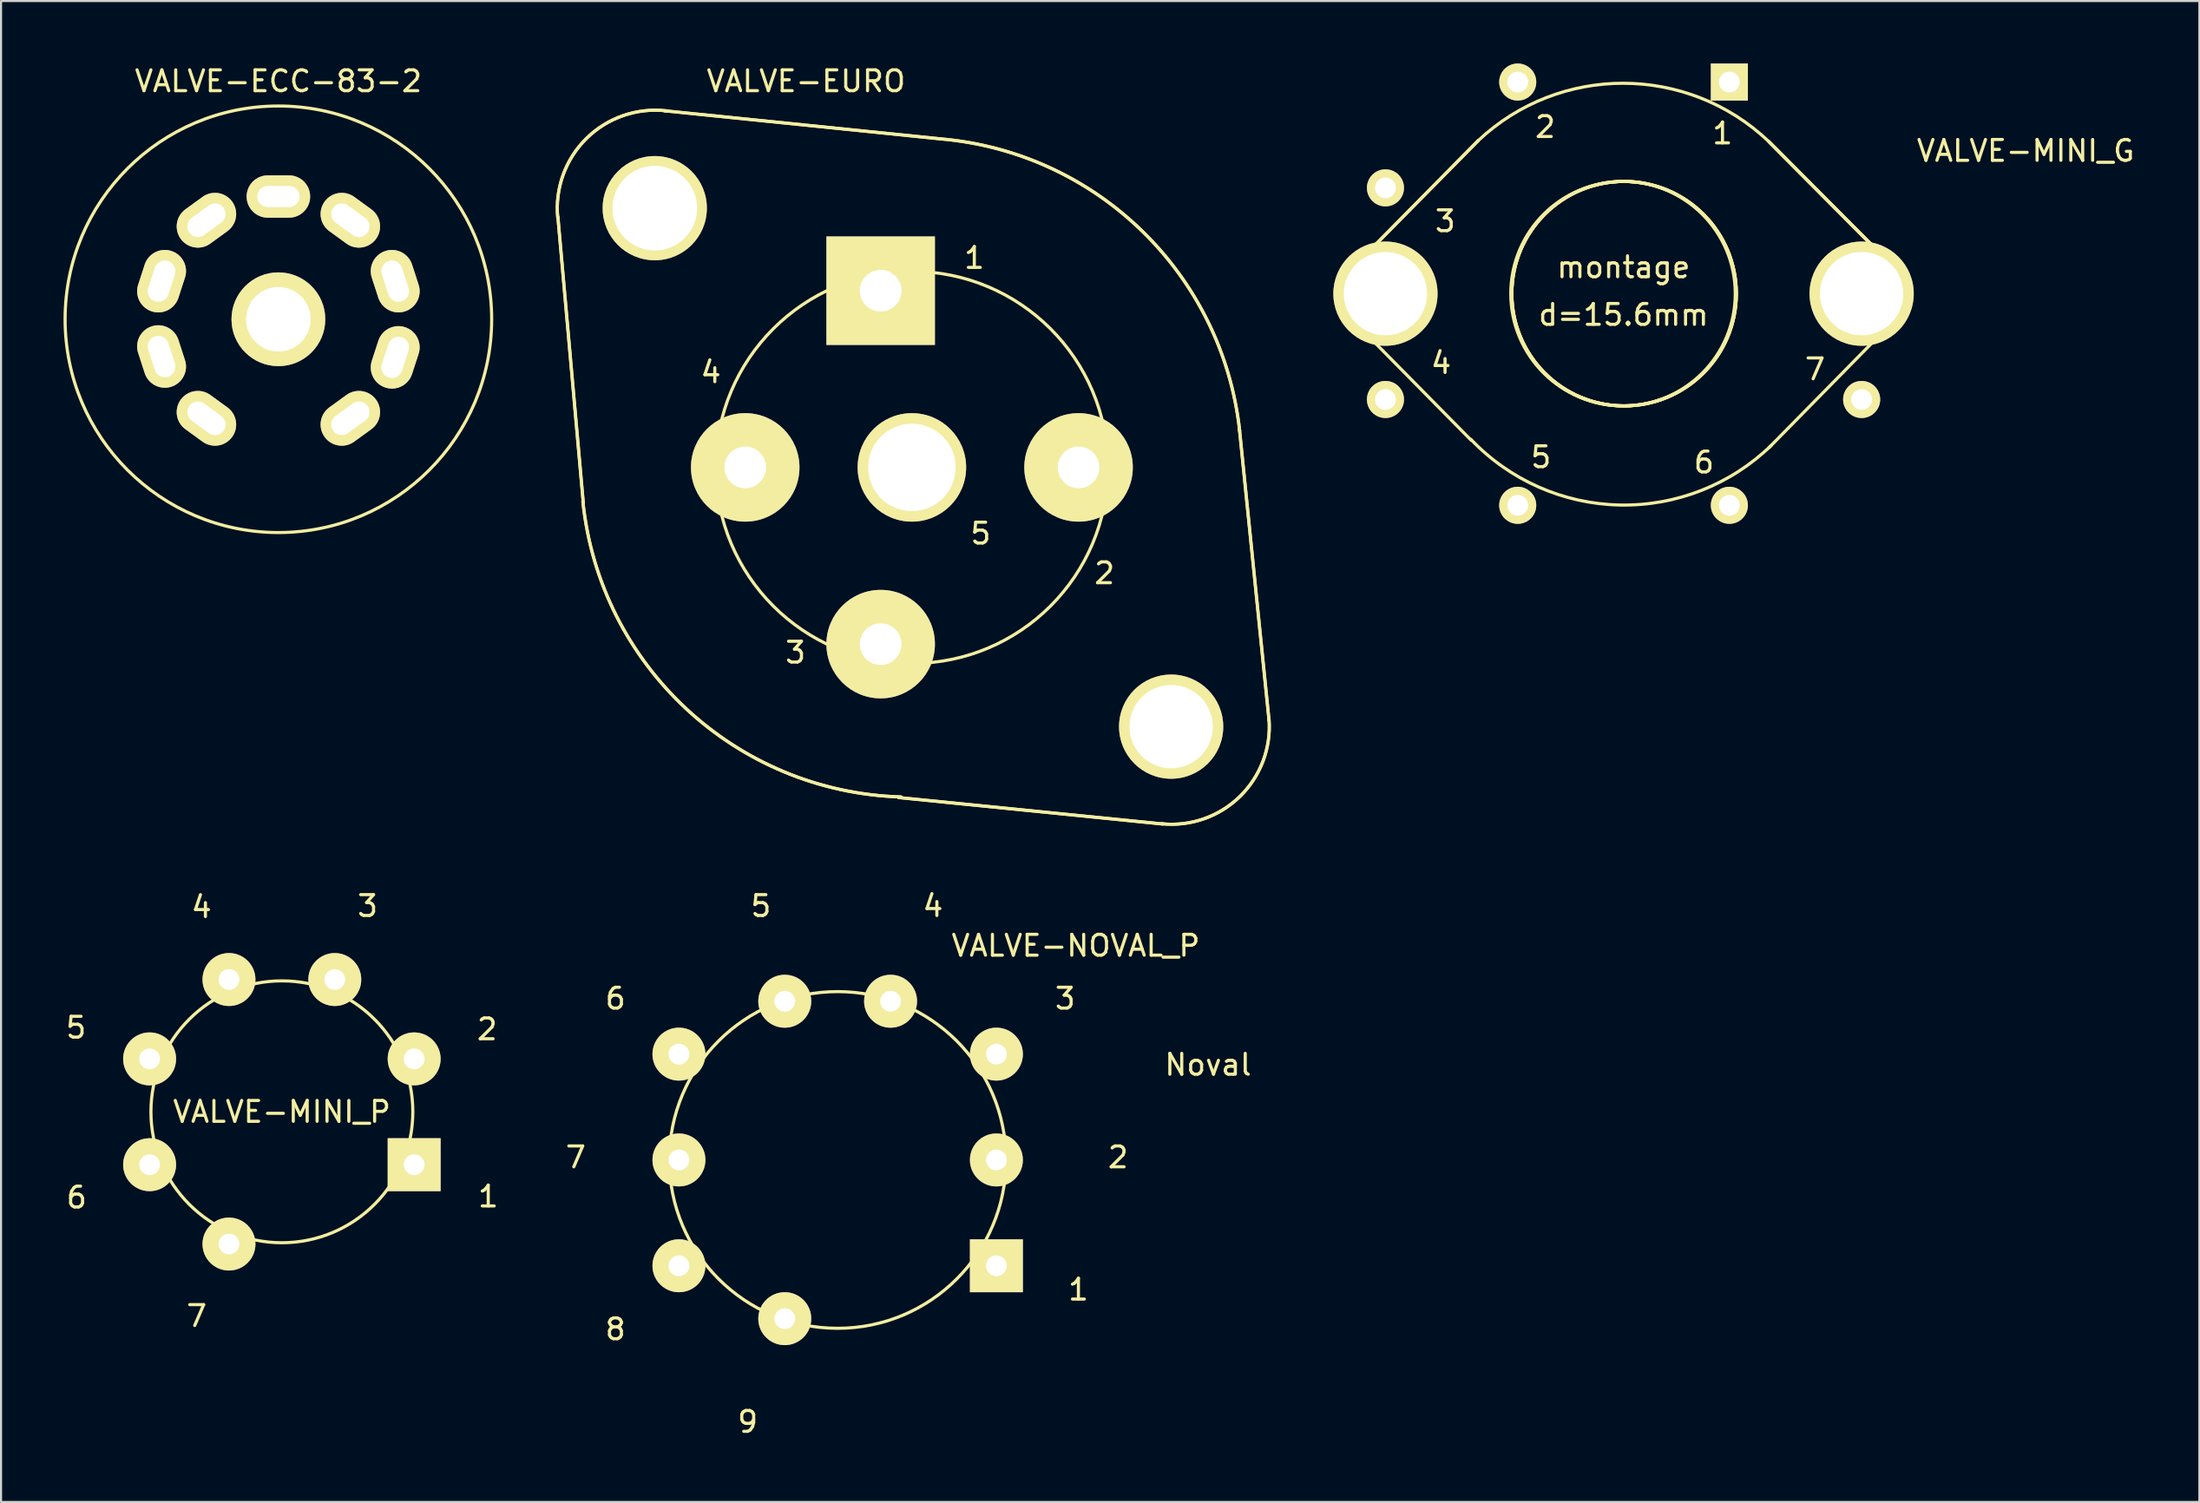
<source format=kicad_pcb>
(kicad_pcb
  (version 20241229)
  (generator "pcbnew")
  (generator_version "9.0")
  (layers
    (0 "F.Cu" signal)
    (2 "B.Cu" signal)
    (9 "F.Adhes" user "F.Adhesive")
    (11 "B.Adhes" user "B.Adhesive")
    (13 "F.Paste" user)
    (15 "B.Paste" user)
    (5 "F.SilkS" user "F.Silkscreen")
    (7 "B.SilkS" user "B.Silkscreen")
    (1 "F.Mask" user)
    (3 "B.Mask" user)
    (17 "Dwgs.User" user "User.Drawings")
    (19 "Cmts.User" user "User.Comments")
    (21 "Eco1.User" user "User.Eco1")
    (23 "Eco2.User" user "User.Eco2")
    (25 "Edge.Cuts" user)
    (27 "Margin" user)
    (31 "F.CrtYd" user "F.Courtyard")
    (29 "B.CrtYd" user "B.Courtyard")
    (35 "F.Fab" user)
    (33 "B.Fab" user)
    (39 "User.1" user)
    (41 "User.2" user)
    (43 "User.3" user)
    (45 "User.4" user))
  (footprint "VALVE-MINI_P"
    (layer "F.Cu")
    (at 10.482 50.327)
    (property "Reference" "VALVE-MINI_P" (at 0 0 0) (layer "F.SilkS") (effects (font (size 1 1) (thickness 0.15))))
    (attr exclude_from_pos_files exclude_from_bom)
    (fp_circle (center 0 0) (end -4.445 4.445) (stroke (width 0.15) (type solid)) (fill no) (layer "F.SilkS"))
    (fp_text user "2" (at 9.855 -3.962 0) (layer "F.SilkS") (effects (font (size 1 1) (thickness 0.15))))
    (fp_text user "7" (at -4.089 9.804 0) (layer "F.SilkS") (effects (font (size 1 1) (thickness 0.15))))
    (fp_text user "6" (at -9.855 4.115 0) (layer "F.SilkS") (effects (font (size 1 1) (thickness 0.15))))
    (fp_text user "1" (at 9.906 4.064 0) (layer "F.SilkS") (effects (font (size 1 1) (thickness 0.15))))
    (fp_text user "3" (at 4.115 -9.881 0) (layer "F.SilkS") (effects (font (size 1 1) (thickness 0.15))))
    (fp_text user "4" (at -3.861 -9.83 0) (layer "F.SilkS") (effects (font (size 1 1) (thickness 0.15))))
    (fp_text user "5" (at -9.881 -4.039 0) (layer "F.SilkS") (effects (font (size 1 1) (thickness 0.15))))
    (pad "1" thru_hole rect (at 6.35 2.54) (size 2.54 2.54) (drill 0.998) (layers "*.Cu" "F.Mask" "F.SilkS" "F.Paste"))
    (pad "2" thru_hole circle (at 6.35 -2.54) (size 2.54 2.54) (drill 0.998) (layers "*.Cu" "F.Mask" "F.SilkS" "F.Paste"))
    (pad "3" thru_hole circle (at 2.54 -6.35) (size 2.54 2.54) (drill 0.998) (layers "*.Cu" "F.Mask" "F.SilkS" "F.Paste"))
    (pad "4" thru_hole circle (at -2.54 -6.35) (size 2.54 2.54) (drill 0.998) (layers "*.Cu" "F.Mask" "F.SilkS" "F.Paste"))
    (pad "5" thru_hole circle (at -6.35 -2.54) (size 2.54 2.54) (drill 0.998) (layers "*.Cu" "F.Mask" "F.SilkS" "F.Paste"))
    (pad "6" thru_hole circle (at -6.35 2.54) (size 2.54 2.54) (drill 0.998) (layers "*.Cu" "F.Mask" "F.SilkS" "F.Paste"))
    (pad "7" thru_hole circle (at -2.54 6.35) (size 2.54 2.54) (drill 0.998) (layers "*.Cu" "F.Mask" "F.SilkS" "F.Paste")))
  (footprint "VALVE-ECC-83-2"
    (layer "F.Cu")
    (at 10.314 12.278)
    (property "Reference" "VALVE-ECC-83-2" (at 0 -11.43 0) (layer "F.SilkS") (effects (font (size 1 1) (thickness 0.15))))
    (attr through_hole)
    (fp_circle (center 0 0) (end 10.16 1.27) (stroke (width 0.15) (type solid)) (fill no) (layer "F.SilkS"))
    (pad "1" thru_hole oval (at 3.454 4.755 306) (size 2.032 3.048) (drill oval 1.016 2.032) (layers "*.Cu" "*.Mask" "F.SilkS"))
    (pad "2" thru_hole circle (at 0 0) (size 4.501 4.501) (drill 3.099) (layers "*.Cu" "*.Mask" "F.SilkS"))
    (pad "2" thru_hole oval (at 5.608 1.829 342) (size 2.032 3.048) (drill oval 1.016 2.032) (layers "*.Cu" "*.Mask" "F.SilkS"))
    (pad "3" thru_hole oval (at 5.608 -1.829 18) (size 2.032 3.048) (drill oval 1.016 2.032) (layers "*.Cu" "*.Mask" "F.SilkS"))
    (pad "4" thru_hole oval (at 3.454 -4.755 54) (size 2.032 3.048) (drill oval 1.016 2.032) (layers "*.Cu" "*.Mask" "F.SilkS"))
    (pad "5" thru_hole oval (at 0 -5.893 90) (size 2.032 3.048) (drill oval 1.016 2.032) (layers "*.Cu" "*.Mask" "F.SilkS"))
    (pad "6" thru_hole oval (at -3.454 -4.755 306) (size 2.032 3.048) (drill oval 1.016 2.032) (layers "*.Cu" "*.Mask" "F.SilkS"))
    (pad "7" thru_hole oval (at -5.608 -1.829 342) (size 2.032 3.048) (drill oval 1.016 2.032) (layers "*.Cu" "*.Mask" "F.SilkS"))
    (pad "8" thru_hole oval (at -5.608 1.788 18) (size 2.032 3.048) (drill oval 1.016 2.032) (layers "*.Cu" "*.Mask" "F.SilkS"))
    (pad "9" thru_hole oval (at -3.454 4.755 54) (size 2.032 3.048) (drill oval 1.016 2.032) (layers "*.Cu" "*.Mask" "F.SilkS")))
  (footprint "VALVE-NOVAL_P"
    (layer "F.Cu")
    (at 37.163 52.639)
    (property "Reference" "VALVE-NOVAL_P" (at 11.43 -10.287 0) (layer "F.SilkS") (effects (font (size 1 1) (thickness 0.15))))
    (attr exclude_from_pos_files exclude_from_bom)
    (fp_circle (center 0 0) (end -5.715 5.715) (stroke (width 0.15) (type solid)) (fill no) (layer "F.SilkS"))
    (fp_text user "5" (at -3.683 -12.192 0) (layer "F.SilkS") (effects (font (size 1 1) (thickness 0.15))))
    (fp_text user "1" (at 11.557 6.223 0) (layer "F.SilkS") (effects (font (size 1 1) (thickness 0.15))))
    (fp_text user "2" (at 13.462 -0.127 0) (layer "F.SilkS") (effects (font (size 1 1) (thickness 0.15))))
    (fp_text user "8" (at -10.668 8.128 0) (layer "F.SilkS") (effects (font (size 1 1) (thickness 0.15))))
    (fp_text user "Noval" (at 17.78 -4.572 0) (layer "F.SilkS") (effects (font (size 1 1) (thickness 0.15))))
    (fp_text user "7" (at -12.573 -0.127 0) (layer "F.SilkS") (effects (font (size 1 1) (thickness 0.15))))
    (fp_text user "9" (at -4.318 12.573 0) (layer "F.SilkS") (effects (font (size 1 1) (thickness 0.15))))
    (fp_text user "3" (at 10.922 -7.747 0) (layer "F.SilkS") (effects (font (size 1 1) (thickness 0.15))))
    (fp_text user "6" (at -10.668 -7.747 0) (layer "F.SilkS") (effects (font (size 1 1) (thickness 0.15))))
    (fp_text user "4" (at 4.572 -12.192 0) (layer "F.SilkS") (effects (font (size 1 1) (thickness 0.15))))
    (pad "1" thru_hole rect (at 7.62 5.08) (size 2.54 2.54) (drill 0.998) (layers "*.Cu" "F.Mask" "F.SilkS" "F.Paste"))
    (pad "2" thru_hole circle (at 7.62 0) (size 2.54 2.54) (drill 0.998) (layers "*.Cu" "F.Mask" "F.SilkS" "F.Paste"))
    (pad "3" thru_hole circle (at 7.62 -5.08) (size 2.54 2.54) (drill 0.998) (layers "*.Cu" "F.Mask" "F.SilkS" "F.Paste"))
    (pad "4" thru_hole circle (at 2.54 -7.62) (size 2.54 2.54) (drill 0.998) (layers "*.Cu" "F.Mask" "F.SilkS" "F.Paste"))
    (pad "5" thru_hole circle (at -2.54 -7.62) (size 2.54 2.54) (drill 0.998) (layers "*.Cu" "F.Mask" "F.SilkS" "F.Paste"))
    (pad "6" thru_hole circle (at -7.62 -5.08) (size 2.54 2.54) (drill 0.998) (layers "*.Cu" "F.Mask" "F.SilkS" "F.Paste"))
    (pad "7" thru_hole circle (at -7.62 0) (size 2.54 2.54) (drill 0.998) (layers "*.Cu" "F.Mask" "F.SilkS" "F.Paste"))
    (pad "8" thru_hole circle (at -7.62 5.08) (size 2.54 2.54) (drill 0.998) (layers "*.Cu" "F.Mask" "F.SilkS" "F.Paste"))
    (pad "9" thru_hole circle (at -2.54 7.62) (size 2.54 2.54) (drill 0.998) (layers "*.Cu" "F.Mask" "F.SilkS" "F.Paste")))
  (footprint "VALVE-MINI_G"
    (layer "F.Cu")
    (at 74.89 11.049)
    (property "Reference" "VALVE-MINI_G" (at 19.304 -6.858 0) (layer "F.SilkS") (effects (font (size 1 1) (thickness 0.15))))
    (attr exclude_from_pos_files exclude_from_bom)
    (fp_line (start -12.929 -1.321) (end -6.985 -7.341) (stroke (width 0.15) (type solid)) (layer "F.SilkS"))
    (fp_line (start -12.929 -1.321) (end -6.985 -7.341) (stroke (width 0.15) (type solid)) (layer "F.SilkS"))
    (fp_line (start -12.929 1.346) (end -7.315 7.036) (stroke (width 0.15) (type solid)) (layer "F.SilkS"))
    (fp_line (start 6.985 -7.29) (end 12.979 -1.27) (stroke (width 0.15) (type solid)) (layer "F.SilkS"))
    (fp_line (start 6.985 -7.29) (end 12.979 -1.27) (stroke (width 0.15) (type solid)) (layer "F.SilkS"))
    (fp_line (start 6.985 -7.29) (end 12.979 -1.27) (stroke (width 0.15) (type solid)) (layer "F.SilkS"))
    (fp_line (start 12.903 1.372) (end 6.985 7.391) (stroke (width 0.15) (type solid)) (layer "F.SilkS"))
    (fp_arc (start -12.90066 1.34874) (mid -13.42538 0.019987) (end -12.927382 -1.31901) (stroke (width 0.15) (type solid)) (layer "F.SilkS"))
    (fp_arc (start -6.985 -7.3406) (mid -0.00353 -10.101458) (end 6.96598 -7.310547) (stroke (width 0.15) (type solid)) (layer "F.SilkS"))
    (fp_arc (start 7.09422 7.28218) (mid -0.178599 10.14676) (end -7.330404 6.992175) (stroke (width 0.15) (type solid)) (layer "F.SilkS"))
    (fp_arc (start 12.9794 -1.27) (mid 13.431537 0.085971) (end 12.864795 1.398178) (stroke (width 0.15) (type solid)) (layer "F.SilkS"))
    (fp_circle (center -0.025 0) (end -3.835 3.81) (stroke (width 0.15) (type solid)) (fill no) (layer "F.SilkS"))
    (fp_circle (center 0.025 0) (end 3.835 3.81) (stroke (width 0.15) (type solid)) (fill no) (layer "F.SilkS"))
    (fp_circle (center 0.025 0) (end 3.835 3.81) (stroke (width 0.15) (type solid)) (fill no) (layer "F.SilkS"))
    (fp_circle (center 0.025 0) (end 3.835 3.81) (stroke (width 0.15) (type solid)) (fill no) (layer "F.SilkS"))
    (fp_text user "1" (at 4.75 -7.696 0) (layer "F.SilkS") (effects (font (size 1 1) (thickness 0.15))))
    (fp_text user "7" (at 9.195 3.63 0) (layer "F.SilkS") (effects (font (size 1 1) (thickness 0.15))))
    (fp_text user "4" (at -8.76 3.327 0) (layer "F.SilkS") (effects (font (size 1 1) (thickness 0.15))))
    (fp_text user "montage" (at 0 -1.27 0) (layer "F.SilkS") (effects (font (size 1 1) (thickness 0.15))))
    (fp_text user "3" (at -8.56 -3.48 0) (layer "F.SilkS") (effects (font (size 1 1) (thickness 0.15))))
    (fp_text user "5" (at -3.962 7.849 0) (layer "F.SilkS") (effects (font (size 1 1) (thickness 0.15))))
    (fp_text user "2" (at -3.759 -8.001 0) (layer "F.SilkS") (effects (font (size 1 1) (thickness 0.15))))
    (fp_text user "6" (at 3.861 8.103 0) (layer "F.SilkS") (effects (font (size 1 1) (thickness 0.15))))
    (fp_text user "d=15.6mm" (at 0 1.016 0) (layer "F.SilkS") (effects (font (size 1 1) (thickness 0.15))))
    (pad "" thru_hole circle (at -11.43 0) (size 5.001 5.001) (drill 4) (layers "*.Cu" "F.Mask" "F.SilkS" "F.Paste"))
    (pad "" thru_hole circle (at 11.43 0) (size 5.001 5.001) (drill 4) (layers "*.Cu" "F.Mask" "F.SilkS" "F.Paste"))
    (pad "1" thru_hole rect (at 5.08 -10.16) (size 1.778 1.778) (drill 0.998) (layers "*.Cu" "F.Mask" "F.SilkS" "F.Paste"))
    (pad "2" thru_hole circle (at -5.08 -10.16) (size 1.778 1.778) (drill 0.998) (layers "*.Cu" "F.Mask" "F.SilkS" "F.Paste"))
    (pad "3" thru_hole circle (at -11.43 -5.08) (size 1.778 1.778) (drill 0.998) (layers "*.Cu" "F.Mask" "F.SilkS" "F.Paste"))
    (pad "4" thru_hole circle (at -11.43 5.08) (size 1.778 1.778) (drill 0.998) (layers "*.Cu" "F.Mask" "F.SilkS" "F.Paste"))
    (pad "5" thru_hole circle (at -5.08 10.16) (size 1.778 1.778) (drill 0.998) (layers "*.Cu" "F.Mask" "F.SilkS" "F.Paste"))
    (pad "6" thru_hole circle (at 5.08 10.16) (size 1.778 1.778) (drill 0.998) (layers "*.Cu" "F.Mask" "F.SilkS" "F.Paste"))
    (pad "7" thru_hole circle (at 11.43 5.08) (size 1.778 1.778) (drill 0.998) (layers "*.Cu" "F.Mask" "F.SilkS" "F.Paste")))
  (footprint "VALVE-EURO"
    (layer "F.Cu")
    (at 40.726 19.39)
    (property "Reference" "VALVE-EURO" (at -5.08 -18.542 0) (layer "F.SilkS") (effects (font (size 1 1) (thickness 0.15))))
    (attr exclude_from_pos_files exclude_from_bom)
    (fp_line (start -15.773 1.727) (end -16.993 -12.014) (stroke (width 0.15) (type solid)) (layer "F.SilkS"))
    (fp_line (start -15.773 1.727) (end -16.993 -12.014) (stroke (width 0.15) (type solid)) (layer "F.SilkS"))
    (fp_line (start -11.862 -17.12) (end 1.372 -15.773) (stroke (width 0.15) (type solid)) (layer "F.SilkS"))
    (fp_line (start -11.862 -17.12) (end 1.372 -15.773) (stroke (width 0.15) (type solid)) (layer "F.SilkS"))
    (fp_line (start 12.04 17.12) (end -0.635 15.85) (stroke (width 0.15) (type solid)) (layer "F.SilkS"))
    (fp_line (start 12.04 17.12) (end -0.635 15.85) (stroke (width 0.15) (type solid)) (layer "F.SilkS"))
    (fp_line (start 17.145 12.141) (end 15.723 -1.854) (stroke (width 0.15) (type solid)) (layer "F.SilkS"))
    (fp_line (start 17.145 12.141) (end 15.723 -1.854) (stroke (width 0.15) (type solid)) (layer "F.SilkS"))
    (fp_arc (start -17.00022 -11.98626) (mid -15.619349 -15.797549) (end -11.787255 -17.119588) (stroke (width 0.15) (type solid)) (layer "F.SilkS"))
    (fp_arc (start -17.00022 -11.98626) (mid -15.619349 -15.797549) (end -11.787255 -17.119588) (stroke (width 0.15) (type solid)) (layer "F.SilkS"))
    (fp_arc (start -0.5207 15.82166) (mid -10.825921 11.594935) (end -15.795623 1.626743) (stroke (width 0.15) (type solid)) (layer "F.SilkS"))
    (fp_arc (start -0.5207 15.82166) (mid -10.825921 11.594935) (end -15.795623 1.626743) (stroke (width 0.15) (type solid)) (layer "F.SilkS"))
    (fp_arc (start 1.3716 -15.7734) (mid 11.06139 -11.339934) (end 15.73496 -1.763641) (stroke (width 0.15) (type solid)) (layer "F.SilkS"))
    (fp_arc (start 1.3716 -15.7734) (mid 11.06139 -11.339934) (end 15.73496 -1.763641) (stroke (width 0.15) (type solid)) (layer "F.SilkS"))
    (fp_arc (start 17.145 12.0904) (mid 15.742083 15.803323) (end 11.993757 17.108708) (stroke (width 0.15) (type solid)) (layer "F.SilkS"))
    (fp_arc (start 17.145 12.0904) (mid 15.742083 15.803323) (end 11.993757 17.108708) (stroke (width 0.15) (type solid)) (layer "F.SilkS"))
    (fp_circle (center 0 0) (end -6.655 6.655) (stroke (width 0.15) (type solid)) (fill no) (layer "F.SilkS"))
    (fp_text user "3" (at -5.588 8.89 0) (layer "F.SilkS") (effects (font (size 1 1) (thickness 0.15))))
    (fp_text user "4" (at -9.652 -4.572 0) (layer "F.SilkS") (effects (font (size 1 1) (thickness 0.15))))
    (fp_text user "5" (at 3.302 3.175 0) (layer "F.SilkS") (effects (font (size 1 1) (thickness 0.15))))
    (fp_text user "1" (at 2.997 -10.058 0) (layer "F.SilkS") (effects (font (size 1 1) (thickness 0.15))))
    (fp_text user "2" (at 9.246 5.08 0) (layer "F.SilkS") (effects (font (size 1 1) (thickness 0.15))))
    (pad "" thru_hole circle (at -12.344 -12.446) (size 5.001 5.001) (drill 4.064) (layers "*.Cu" "F.Mask" "F.SilkS" "F.Paste"))
    (pad "" thru_hole circle (at 12.446 12.446) (size 5.001 5.001) (drill 4) (layers "*.Cu" "F.Mask" "F.SilkS" "F.Paste"))
    (pad "1" thru_hole rect (at -1.499 -8.484) (size 5.207 5.207) (drill 1.999) (layers "*.Cu" "F.Mask" "F.SilkS" "F.Paste"))
    (pad "2" thru_hole circle (at 8.001 0) (size 5.207 5.207) (drill 1.999) (layers "*.Cu" "F.Mask" "F.SilkS" "F.Paste"))
    (pad "3" thru_hole circle (at -1.499 8.484) (size 5.207 5.207) (drill 1.999) (layers "*.Cu" "F.Mask" "F.SilkS" "F.Paste"))
    (pad "4" thru_hole circle (at -8.001 0) (size 5.207 5.207) (drill 1.999) (layers "*.Cu" "F.Mask" "F.SilkS" "F.Paste"))
    (pad "5" thru_hole circle (at 0 0) (size 5.207 5.207) (drill 4.199) (layers "*.Cu" "F.Mask" "F.SilkS" "F.Paste")))
  (gr_rect
    (start -3 -3)
    (end 102.533 69.06)
    (stroke (width 0.1) (type default))
    (fill no)
    (layer "Edge.Cuts")))
</source>
